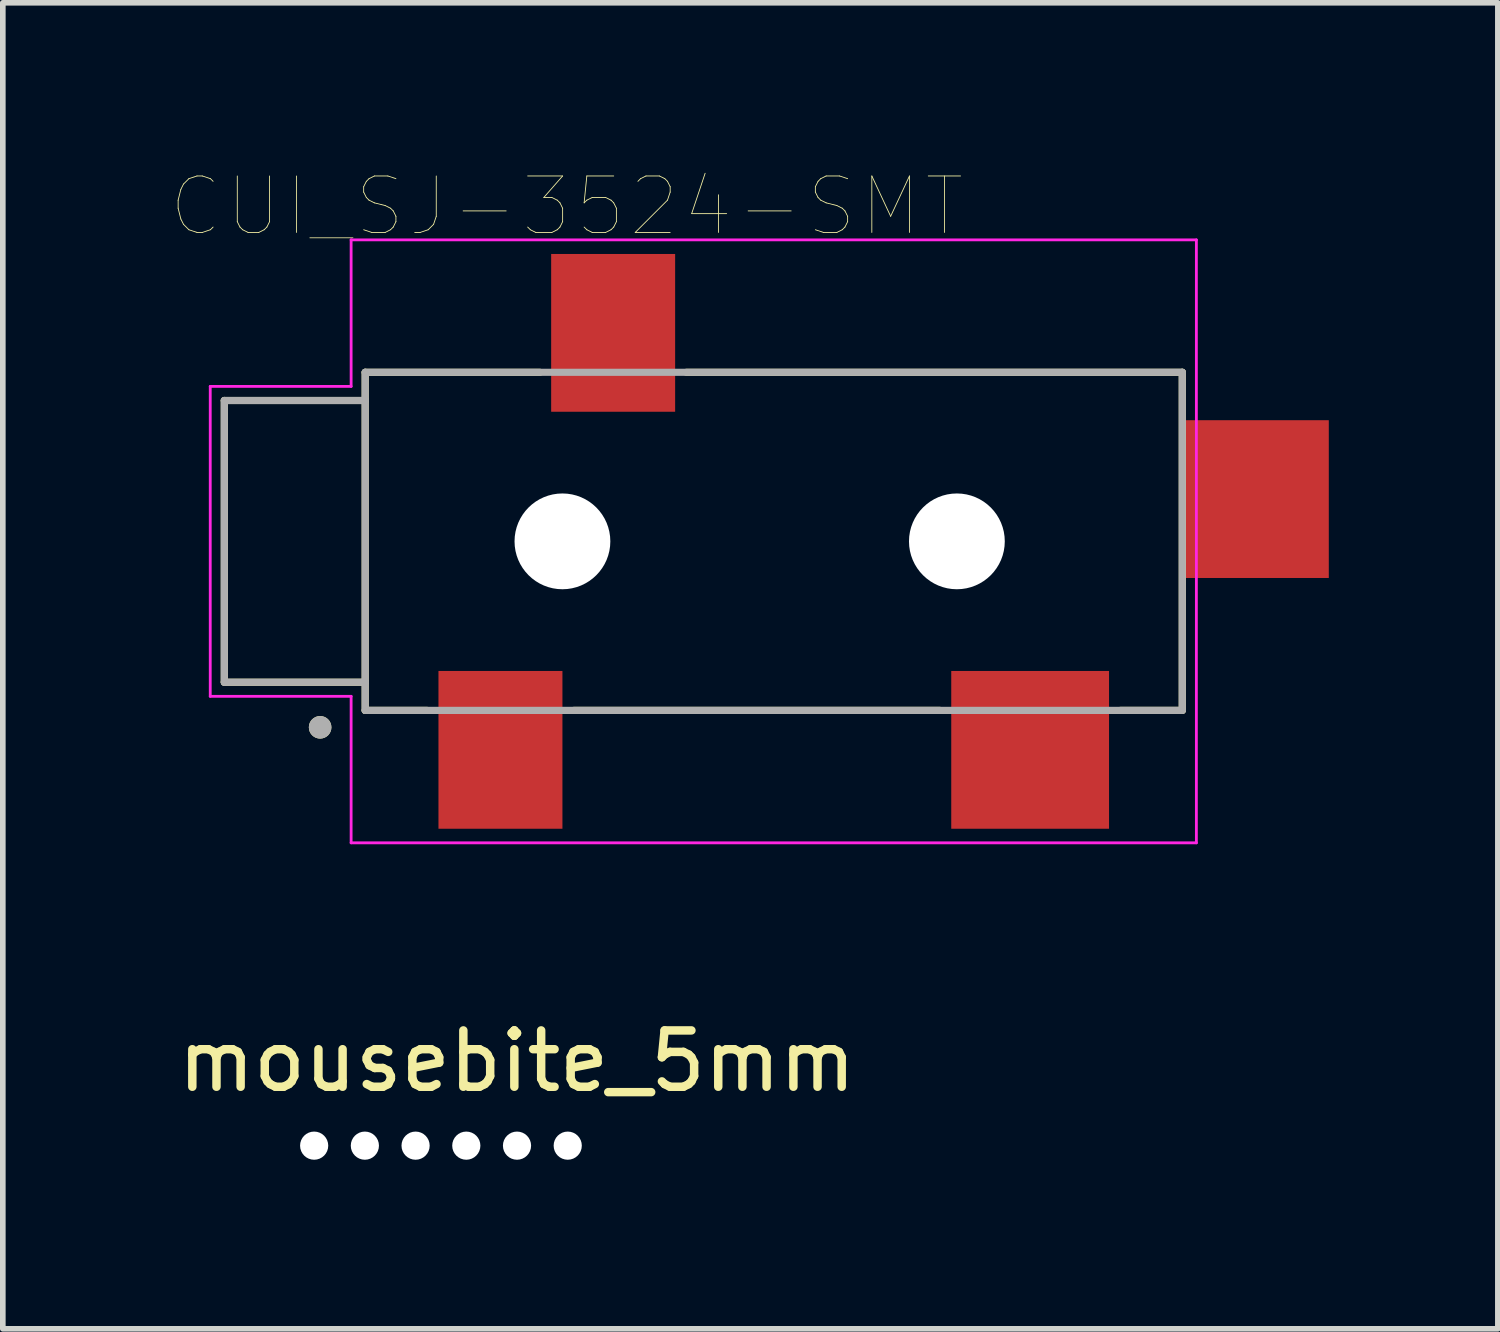
<source format=kicad_pcb>
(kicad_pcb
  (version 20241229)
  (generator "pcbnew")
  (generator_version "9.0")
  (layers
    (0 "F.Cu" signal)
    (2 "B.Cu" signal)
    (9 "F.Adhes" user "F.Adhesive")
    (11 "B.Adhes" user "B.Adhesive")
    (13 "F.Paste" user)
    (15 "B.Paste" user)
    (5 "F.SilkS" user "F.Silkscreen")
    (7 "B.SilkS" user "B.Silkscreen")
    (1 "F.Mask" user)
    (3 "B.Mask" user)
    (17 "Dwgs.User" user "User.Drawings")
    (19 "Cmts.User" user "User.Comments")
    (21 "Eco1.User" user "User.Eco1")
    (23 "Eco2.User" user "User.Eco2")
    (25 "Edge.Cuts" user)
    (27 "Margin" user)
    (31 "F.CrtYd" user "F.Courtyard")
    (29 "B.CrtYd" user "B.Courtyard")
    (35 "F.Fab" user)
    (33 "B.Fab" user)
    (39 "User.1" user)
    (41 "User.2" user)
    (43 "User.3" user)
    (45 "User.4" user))
  (footprint "CUI_SJ-3524-SMT"
    (layer "F.Cu")
    (at 6.931 6.557)
    (property "Reference" "CUI_SJ-3524-SMT" (at 0.075 -5.945 0) (layer "F.SilkS") (effects (font (size 1.002 1.002) (thickness 0.015))))
    (attr through_hole)
    (fp_line (start -6 -2.5) (end -6 2.5) (stroke (width 0.127) (type solid)) (layer "F.SilkS"))
    (fp_line (start -6 2.5) (end -3.5 2.5) (stroke (width 0.127) (type solid)) (layer "F.SilkS"))
    (fp_line (start -3.5 -3) (end -0.4 -3) (stroke (width 0.127) (type solid)) (layer "F.SilkS"))
    (fp_line (start -3.5 -2.5) (end -6 -2.5) (stroke (width 0.127) (type solid)) (layer "F.SilkS"))
    (fp_line (start -3.5 -2.5) (end -3.5 -3) (stroke (width 0.127) (type solid)) (layer "F.SilkS"))
    (fp_line (start -3.5 2.5) (end -3.5 -2.5) (stroke (width 0.127) (type solid)) (layer "F.SilkS"))
    (fp_line (start -3.5 3) (end -3.5 2.5) (stroke (width 0.127) (type solid)) (layer "F.SilkS"))
    (fp_line (start -3.5 3) (end -2.4 3) (stroke (width 0.127) (type solid)) (layer "F.SilkS"))
    (fp_line (start 0.2 3) (end 6.7 3) (stroke (width 0.127) (type solid)) (layer "F.SilkS"))
    (fp_line (start 2.2 -3) (end 11 -3) (stroke (width 0.127) (type solid)) (layer "F.SilkS"))
    (fp_line (start 9.9 3) (end 11 3) (stroke (width 0.127) (type solid)) (layer "F.SilkS"))
    (fp_line (start 11 -3) (end 11 3) (stroke (width 0.127) (type solid)) (layer "F.SilkS"))
    (fp_circle (center -4.3 3.3) (end -4.2 3.3) (stroke (width 0.2) (type solid)) (fill no) (layer "F.SilkS"))
    (fp_line (start -6.25 -2.75) (end -6.25 2.75) (stroke (width 0.05) (type solid)) (layer "F.CrtYd"))
    (fp_line (start -6.25 2.75) (end -3.75 2.75) (stroke (width 0.05) (type solid)) (layer "F.CrtYd"))
    (fp_line (start -3.75 -5.35) (end -3.75 -2.75) (stroke (width 0.05) (type solid)) (layer "F.CrtYd"))
    (fp_line (start -3.75 -5.35) (end 11.25 -5.35) (stroke (width 0.05) (type solid)) (layer "F.CrtYd"))
    (fp_line (start -3.75 -2.75) (end -6.25 -2.75) (stroke (width 0.05) (type solid)) (layer "F.CrtYd"))
    (fp_line (start -3.75 2.75) (end -3.75 5.35) (stroke (width 0.05) (type solid)) (layer "F.CrtYd"))
    (fp_line (start 11.25 -5.35) (end 11.25 5.35) (stroke (width 0.05) (type solid)) (layer "F.CrtYd"))
    (fp_line (start 11.25 5.35) (end -3.75 5.35) (stroke (width 0.05) (type solid)) (layer "F.CrtYd"))
    (fp_line (start -6 -2.5) (end -6 2.5) (stroke (width 0.127) (type solid)) (layer "F.Fab"))
    (fp_line (start -6 2.5) (end -3.5 2.5) (stroke (width 0.127) (type solid)) (layer "F.Fab"))
    (fp_line (start -3.5 -3) (end 11 -3) (stroke (width 0.127) (type solid)) (layer "F.Fab"))
    (fp_line (start -3.5 -2.5) (end -6 -2.5) (stroke (width 0.127) (type solid)) (layer "F.Fab"))
    (fp_line (start -3.5 3) (end -3.5 -3) (stroke (width 0.127) (type solid)) (layer "F.Fab"))
    (fp_line (start 11 -3) (end 11 3) (stroke (width 0.127) (type solid)) (layer "F.Fab"))
    (fp_line (start 11 3) (end -3.5 3) (stroke (width 0.127) (type solid)) (layer "F.Fab"))
    (fp_circle (center -4.3 3.3) (end -4.2 3.3) (stroke (width 0.2) (type solid)) (fill no) (layer "F.Fab"))
    (pad "" np_thru_hole circle (at 0 0) (size 1.7 1.7) (drill 1.7) (layers "*.Cu" "*.Mask"))
    (pad "" np_thru_hole circle (at 7 0) (size 1.7 1.7) (drill 1.7) (layers "*.Cu" "*.Mask"))
    (pad "1" smd rect (at -1.1 3.7) (size 2.2 2.8) (layers "F.Cu" "F.Mask" "F.Paste"))
    (pad "2" smd rect (at 8.3 3.7) (size 2.8 2.8) (layers "F.Cu" "F.Mask" "F.Paste"))
    (pad "3" smd rect (at 0.9 -3.7) (size 2.2 2.8) (layers "F.Cu" "F.Mask" "F.Paste"))
    (pad "4" smd rect (at 12.3 -0.75) (size 2.6 2.8) (layers "F.Cu" "F.Mask" "F.Paste")))
  (footprint "mousebite_5mm"
    (layer "F.Cu")
    (at 6.125 15.281)
    (property "Reference" "mousebite_5mm" (at 0 0.5 0) (layer "F.SilkS") (effects (font (size 1 1) (thickness 0.15))))
    (attr through_hole)
    (pad "" np_thru_hole circle (at -3.6 2) (size 0.5 0.5) (drill 0.5) (layers "*.Cu" "*.Mask"))
    (pad "" np_thru_hole circle (at -2.7 2) (size 0.5 0.5) (drill 0.5) (layers "*.Cu" "*.Mask"))
    (pad "" np_thru_hole circle (at -1.8 2) (size 0.5 0.5) (drill 0.5) (layers "*.Cu" "*.Mask"))
    (pad "" np_thru_hole circle (at -0.9 2) (size 0.5 0.5) (drill 0.5) (layers "*.Cu" "*.Mask"))
    (pad "" np_thru_hole circle (at 0 2) (size 0.5 0.5) (drill 0.5) (layers "*.Cu" "*.Mask"))
    (pad "" np_thru_hole circle (at 0.9 2) (size 0.5 0.5) (drill 0.5) (layers "*.Cu" "*.Mask")))
  (gr_rect
    (start -3 -3)
    (end 23.531 20.531)
    (stroke (width 0.1) (type default))
    (fill no)
    (layer "Edge.Cuts")))
</source>
